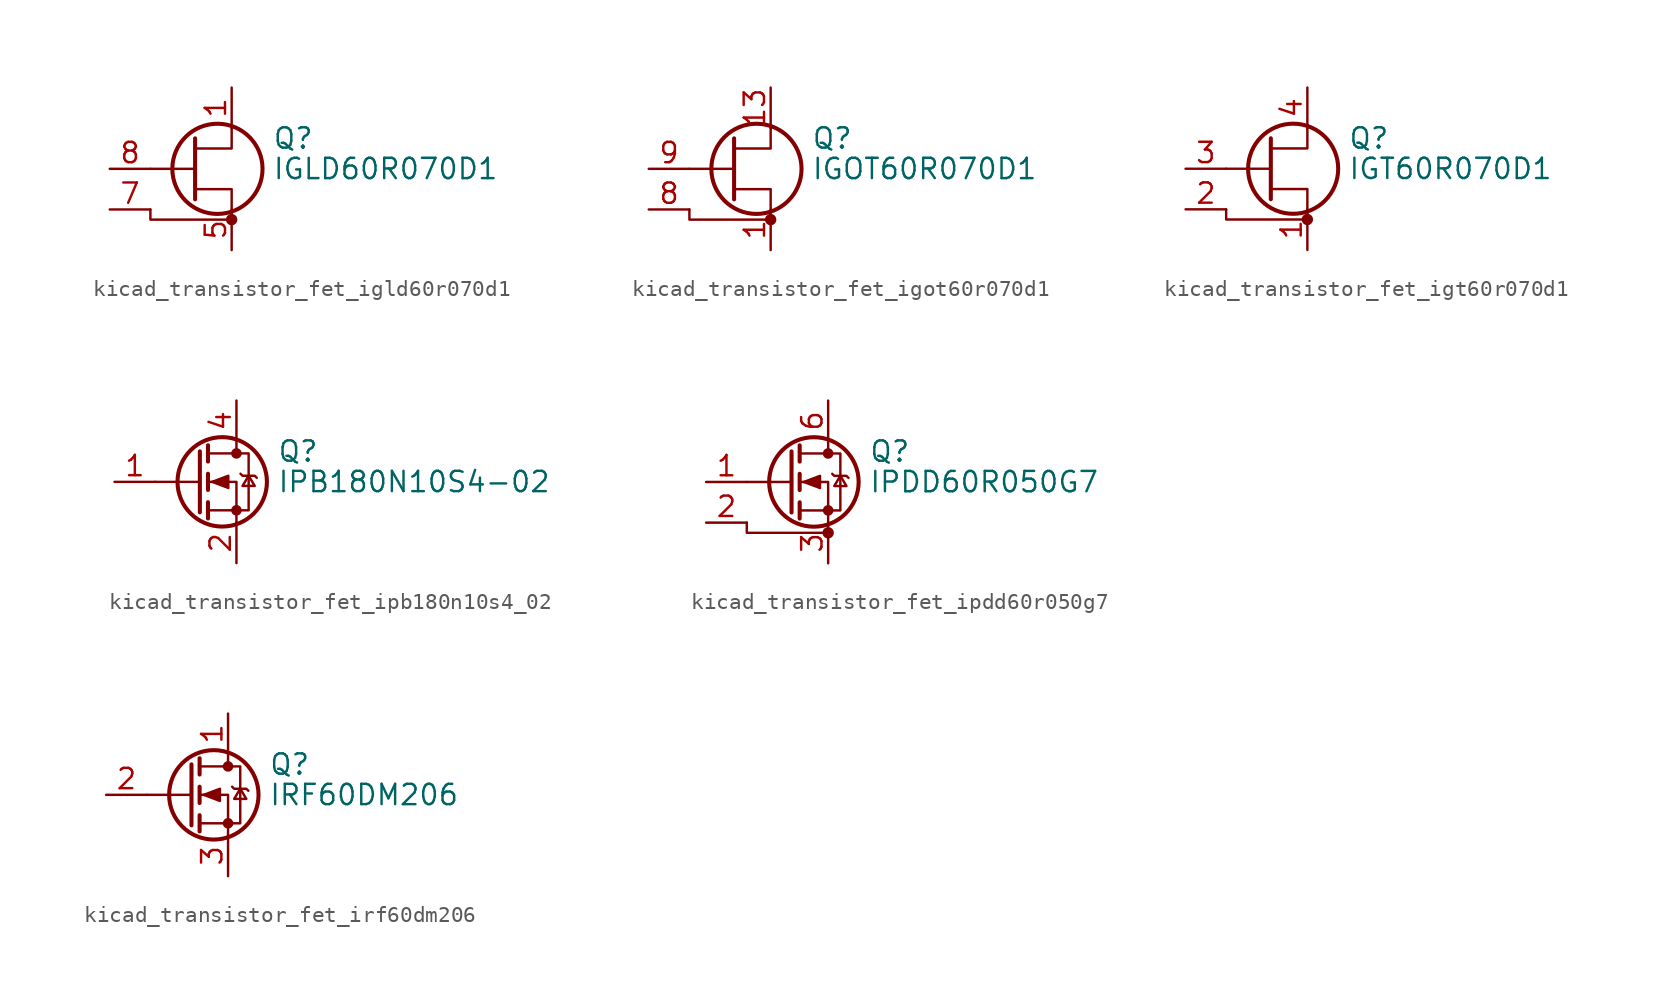
<source format=kicad_sym>
(kicad_symbol_lib
  (version 20220914)
  (generator kicad_symbol_editor)
  (symbol "kicad_transistor_fet_igld60r070d1"
    (pin_names
      (offset 0) hide)
    (property "Reference" "Q"
      (at 5.08 1.905 0)
      (effects (font (size 1.27 1.27)) (justify left)))
    (property "Value" "IGLD60R070D1"
      (at 5.08 0 0)
      (effects (font (size 1.27 1.27)) (justify left)))
    (symbol "kicad_transistor_fet_igld60r070d1_0_1"
      (polyline (pts (xy -2.54 0) (xy 0.254 0)) (stroke (width 0) (type default)) (fill (type none)))
      (polyline (pts (xy -2.54 -2.54) (xy -2.54 -3.175) (xy 2.54 -3.175)) (stroke (width 0) (type default)) (fill (type none)))
      (polyline (pts (xy 0.254 -1.27) (xy 2.54 -1.27) (xy 2.54 -2.54)) (stroke (width 0) (type default)) (fill (type none)))
      (polyline (pts (xy 0.254 1.905) (xy 0.254 -1.905) (xy 0.254 -1.905)) (stroke (width 0.254) (type default)) (fill (type none)))
      (polyline (pts (xy 2.54 2.54) (xy 2.54 1.27) (xy 0.254 1.27)) (stroke (width 0) (type default)) (fill (type none)))
      (circle (center 1.651 0) (radius 2.819) (stroke (width 0.254) (type default)) (fill (type none)))
      (circle (center 2.54 -3.175) (radius 0.279) (stroke (width 0) (type default)) (fill (type outline))))
    (symbol "kicad_transistor_fet_igld60r070d1_1_1"
      (pin passive line (at 2.54 5.08 270) (length 2.54) (name "D" (effects (font (size 1.27 1.27)))) (number "1" (effects (font (size 1.27 1.27)))))
      (pin passive line (at 2.54 5.08 270) (length 2.54) hide (name "D" (effects (font (size 1.27 1.27)))) (number "2" (effects (font (size 1.27 1.27)))))
      (pin passive line (at 2.54 5.08 270) (length 2.54) hide (name "D" (effects (font (size 1.27 1.27)))) (number "3" (effects (font (size 1.27 1.27)))))
      (pin passive line (at 2.54 5.08 270) (length 2.54) hide (name "D" (effects (font (size 1.27 1.27)))) (number "4" (effects (font (size 1.27 1.27)))))
      (pin passive line (at 2.54 -5.08 90) (length 2.54) (name "S" (effects (font (size 1.27 1.27)))) (number "5" (effects (font (size 1.27 1.27)))))
      (pin passive line (at 2.54 -5.08 90) (length 2.54) hide (name "S" (effects (font (size 1.27 1.27)))) (number "6" (effects (font (size 1.27 1.27)))))
      (pin passive line (at -5.08 -2.54 0) (length 2.54) (name "SS" (effects (font (size 1.27 1.27)))) (number "7" (effects (font (size 1.27 1.27)))))
      (pin input line (at -5.08 0 0) (length 2.54) (name "G" (effects (font (size 1.27 1.27)))) (number "8" (effects (font (size 1.27 1.27)))))
      (pin passive line (at 2.54 -5.08 90) (length 2.54) hide (name "S" (effects (font (size 1.27 1.27)))) (number "9" (effects (font (size 1.27 1.27)))))))
  (symbol "kicad_transistor_fet_igot60r070d1"
    (pin_names
      (offset 0) hide)
    (property "Reference" "Q"
      (at 5.08 1.905 0)
      (effects (font (size 1.27 1.27)) (justify left)))
    (property "Value" "IGOT60R070D1"
      (at 5.08 0 0)
      (effects (font (size 1.27 1.27)) (justify left)))
    (symbol "kicad_transistor_fet_igot60r070d1_0_1"
      (polyline (pts (xy -2.54 0) (xy 0.254 0)) (stroke (width 0) (type default)) (fill (type none)))
      (polyline (pts (xy -2.54 -2.54) (xy -2.54 -3.175) (xy 2.54 -3.175)) (stroke (width 0) (type default)) (fill (type none)))
      (polyline (pts (xy 0.254 -1.27) (xy 2.54 -1.27) (xy 2.54 -2.54)) (stroke (width 0) (type default)) (fill (type none)))
      (polyline (pts (xy 0.254 1.905) (xy 0.254 -1.905) (xy 0.254 -1.905)) (stroke (width 0.254) (type default)) (fill (type none)))
      (polyline (pts (xy 2.54 2.54) (xy 2.54 1.27) (xy 0.254 1.27)) (stroke (width 0) (type default)) (fill (type none)))
      (circle (center 1.651 0) (radius 2.819) (stroke (width 0.254) (type default)) (fill (type none)))
      (circle (center 2.54 -3.175) (radius 0.279) (stroke (width 0) (type default)) (fill (type outline))))
    (symbol "kicad_transistor_fet_igot60r070d1_1_1"
      (pin passive line (at 2.54 -5.08 90) (length 2.54) (name "S" (effects (font (size 1.27 1.27)))) (number "1" (effects (font (size 1.27 1.27)))))
      (pin input line (at -5.08 0 0) (length 2.54) hide (name "G" (effects (font (size 1.27 1.27)))) (number "10" (effects (font (size 1.27 1.27)))))
      (pin passive line (at 2.54 5.08 270) (length 2.54) (name "D" (effects (font (size 1.27 1.27)))) (number "13" (effects (font (size 1.27 1.27)))))
      (pin passive line (at 2.54 5.08 270) (length 2.54) hide (name "D" (effects (font (size 1.27 1.27)))) (number "14" (effects (font (size 1.27 1.27)))))
      (pin passive line (at 2.54 5.08 270) (length 2.54) hide (name "D" (effects (font (size 1.27 1.27)))) (number "15" (effects (font (size 1.27 1.27)))))
      (pin passive line (at 2.54 5.08 270) (length 2.54) hide (name "D" (effects (font (size 1.27 1.27)))) (number "16" (effects (font (size 1.27 1.27)))))
      (pin passive line (at 2.54 5.08 270) (length 2.54) hide (name "D" (effects (font (size 1.27 1.27)))) (number "17" (effects (font (size 1.27 1.27)))))
      (pin passive line (at 2.54 5.08 270) (length 2.54) hide (name "D" (effects (font (size 1.27 1.27)))) (number "18" (effects (font (size 1.27 1.27)))))
      (pin passive line (at 2.54 -5.08 90) (length 2.54) hide (name "S" (effects (font (size 1.27 1.27)))) (number "2" (effects (font (size 1.27 1.27)))))
      (pin passive line (at 2.54 -5.08 90) (length 2.54) hide (name "S" (effects (font (size 1.27 1.27)))) (number "3" (effects (font (size 1.27 1.27)))))
      (pin passive line (at 2.54 -5.08 90) (length 2.54) hide (name "S" (effects (font (size 1.27 1.27)))) (number "4" (effects (font (size 1.27 1.27)))))
      (pin passive line (at 2.54 -5.08 90) (length 2.54) hide (name "S" (effects (font (size 1.27 1.27)))) (number "5" (effects (font (size 1.27 1.27)))))
      (pin passive line (at 2.54 -5.08 90) (length 2.54) hide (name "S" (effects (font (size 1.27 1.27)))) (number "6" (effects (font (size 1.27 1.27)))))
      (pin passive line (at 2.54 -5.08 90) (length 2.54) hide (name "S" (effects (font (size 1.27 1.27)))) (number "7" (effects (font (size 1.27 1.27)))))
      (pin passive line (at -5.08 -2.54 0) (length 2.54) (name "SS" (effects (font (size 1.27 1.27)))) (number "8" (effects (font (size 1.27 1.27)))))
      (pin input line (at -5.08 0 0) (length 2.54) (name "G" (effects (font (size 1.27 1.27)))) (number "9" (effects (font (size 1.27 1.27)))))))
  (symbol "kicad_transistor_fet_igt60r070d1"
    (pin_names
      (offset 0) hide)
    (property "Reference" "Q"
      (at 5.08 1.905 0)
      (effects (font (size 1.27 1.27)) (justify left)))
    (property "Value" "IGT60R070D1"
      (at 5.08 0 0)
      (effects (font (size 1.27 1.27)) (justify left)))
    (symbol "kicad_transistor_fet_igt60r070d1_0_1"
      (polyline (pts (xy -2.54 0) (xy 0.254 0)) (stroke (width 0) (type default)) (fill (type none)))
      (polyline (pts (xy -2.54 -2.54) (xy -2.54 -3.175) (xy 2.54 -3.175)) (stroke (width 0) (type default)) (fill (type none)))
      (polyline (pts (xy 0.254 -1.27) (xy 2.54 -1.27) (xy 2.54 -2.54)) (stroke (width 0) (type default)) (fill (type none)))
      (polyline (pts (xy 0.254 1.905) (xy 0.254 -1.905) (xy 0.254 -1.905)) (stroke (width 0.254) (type default)) (fill (type none)))
      (polyline (pts (xy 2.54 2.54) (xy 2.54 1.27) (xy 0.254 1.27)) (stroke (width 0) (type default)) (fill (type none)))
      (circle (center 1.651 0) (radius 2.819) (stroke (width 0.254) (type default)) (fill (type none)))
      (circle (center 2.54 -3.175) (radius 0.279) (stroke (width 0) (type default)) (fill (type outline))))
    (symbol "kicad_transistor_fet_igt60r070d1_1_1"
      (pin passive line (at 2.54 -5.08 90) (length 2.54) (name "S" (effects (font (size 1.27 1.27)))) (number "1" (effects (font (size 1.27 1.27)))))
      (pin passive line (at -5.08 -2.54 0) (length 2.54) (name "SS" (effects (font (size 1.27 1.27)))) (number "2" (effects (font (size 1.27 1.27)))))
      (pin input line (at -5.08 0 0) (length 2.54) (name "G" (effects (font (size 1.27 1.27)))) (number "3" (effects (font (size 1.27 1.27)))))
      (pin passive line (at 2.54 5.08 270) (length 2.54) (name "D" (effects (font (size 1.27 1.27)))) (number "4" (effects (font (size 1.27 1.27)))))))
  (symbol "kicad_transistor_fet_ipb180n10s4_02"
    (pin_names hide)
    (property "Reference" "Q"
      (at 5.08 1.905 0)
      (effects (font (size 1.27 1.27)) (justify left)))
    (property "Value" "IPB180N10S4-02"
      (at 5.08 0 0)
      (effects (font (size 1.27 1.27)) (justify left)))
    (symbol "kicad_transistor_fet_ipb180n10s4_02_0_1"
      (polyline (pts (xy 0.254 0) (xy -2.54 0)) (stroke (width 0) (type default)) (fill (type none)))
      (polyline (pts (xy 0.254 1.905) (xy 0.254 -1.905)) (stroke (width 0.254) (type default)) (fill (type none)))
      (polyline (pts (xy 0.762 -1.27) (xy 0.762 -2.286)) (stroke (width 0.254) (type default)) (fill (type none)))
      (polyline (pts (xy 0.762 0.508) (xy 0.762 -0.508)) (stroke (width 0.254) (type default)) (fill (type none)))
      (polyline (pts (xy 0.762 2.286) (xy 0.762 1.27)) (stroke (width 0.254) (type default)) (fill (type none)))
      (polyline (pts (xy 2.54 2.54) (xy 2.54 1.778)) (stroke (width 0) (type default)) (fill (type none)))
      (polyline (pts (xy 2.54 -2.54) (xy 2.54 0) (xy 0.762 0)) (stroke (width 0) (type default)) (fill (type none)))
      (polyline (pts (xy 0.762 -1.778) (xy 3.302 -1.778) (xy 3.302 1.778) (xy 0.762 1.778)) (stroke (width 0) (type default)) (fill (type none)))
      (polyline (pts (xy 1.016 0) (xy 2.032 0.381) (xy 2.032 -0.381) (xy 1.016 0)) (stroke (width 0) (type default)) (fill (type outline)))
      (polyline (pts (xy 2.794 0.508) (xy 2.921 0.381) (xy 3.683 0.381) (xy 3.81 0.254)) (stroke (width 0) (type default)) (fill (type none)))
      (polyline (pts (xy 3.302 0.381) (xy 2.921 -0.254) (xy 3.683 -0.254) (xy 3.302 0.381)) (stroke (width 0) (type default)) (fill (type none)))
      (circle (center 1.651 0) (radius 2.794) (stroke (width 0.254) (type default)) (fill (type none)))
      (circle (center 2.54 -1.778) (radius 0.254) (stroke (width 0) (type default)) (fill (type outline)))
      (circle (center 2.54 1.778) (radius 0.254) (stroke (width 0) (type default)) (fill (type outline))))
    (symbol "kicad_transistor_fet_ipb180n10s4_02_1_1"
      (pin passive line (at -5.08 0 0) (length 2.54) (name "G" (effects (font (size 1.27 1.27)))) (number "1" (effects (font (size 1.27 1.27)))))
      (pin passive line (at 2.54 -5.08 90) (length 2.54) (name "S" (effects (font (size 1.27 1.27)))) (number "2" (effects (font (size 1.27 1.27)))))
      (pin passive line (at 2.54 -5.08 90) (length 2.54) hide (name "S" (effects (font (size 1.27 1.27)))) (number "3" (effects (font (size 1.27 1.27)))))
      (pin passive line (at 2.54 5.08 270) (length 2.54) (name "D" (effects (font (size 1.27 1.27)))) (number "4" (effects (font (size 1.27 1.27)))))
      (pin passive line (at 2.54 -5.08 90) (length 2.54) hide (name "S" (effects (font (size 1.27 1.27)))) (number "5" (effects (font (size 1.27 1.27)))))
      (pin passive line (at 2.54 -5.08 90) (length 2.54) hide (name "S" (effects (font (size 1.27 1.27)))) (number "6" (effects (font (size 1.27 1.27)))))
      (pin passive line (at 2.54 -5.08 90) (length 2.54) hide (name "S" (effects (font (size 1.27 1.27)))) (number "7" (effects (font (size 1.27 1.27)))))))
  (symbol "kicad_transistor_fet_ipdd60r050g7"
    (pin_names hide)
    (property "Reference" "Q"
      (at 5.08 1.905 0)
      (effects (font (size 1.27 1.27)) (justify left)))
    (property "Value" "IPDD60R050G7"
      (at 5.08 0 0)
      (effects (font (size 1.27 1.27)) (justify left)))
    (symbol "kicad_transistor_fet_ipdd60r050g7_0_1"
      (polyline (pts (xy 0.254 0) (xy -2.54 0)) (stroke (width 0) (type default)) (fill (type none)))
      (polyline (pts (xy 0.254 1.905) (xy 0.254 -1.905)) (stroke (width 0.254) (type default)) (fill (type none)))
      (polyline (pts (xy 0.762 -1.27) (xy 0.762 -2.286)) (stroke (width 0.254) (type default)) (fill (type none)))
      (polyline (pts (xy 0.762 0.508) (xy 0.762 -0.508)) (stroke (width 0.254) (type default)) (fill (type none)))
      (polyline (pts (xy 0.762 2.286) (xy 0.762 1.27)) (stroke (width 0.254) (type default)) (fill (type none)))
      (polyline (pts (xy 2.54 2.54) (xy 2.54 1.778)) (stroke (width 0) (type default)) (fill (type none)))
      (polyline (pts (xy -2.54 -2.54) (xy -2.54 -3.175) (xy 2.54 -3.175)) (stroke (width 0) (type default)) (fill (type none)))
      (polyline (pts (xy 2.54 -2.54) (xy 2.54 0) (xy 0.762 0)) (stroke (width 0) (type default)) (fill (type none)))
      (polyline (pts (xy 0.762 -1.778) (xy 3.302 -1.778) (xy 3.302 1.778) (xy 0.762 1.778)) (stroke (width 0) (type default)) (fill (type none)))
      (polyline (pts (xy 1.016 0) (xy 2.032 0.381) (xy 2.032 -0.381) (xy 1.016 0)) (stroke (width 0) (type default)) (fill (type outline)))
      (polyline (pts (xy 2.794 0.508) (xy 2.921 0.381) (xy 3.683 0.381) (xy 3.81 0.254)) (stroke (width 0) (type default)) (fill (type none)))
      (polyline (pts (xy 3.302 0.381) (xy 2.921 -0.254) (xy 3.683 -0.254) (xy 3.302 0.381)) (stroke (width 0) (type default)) (fill (type none)))
      (circle (center 1.651 0) (radius 2.794) (stroke (width 0.254) (type default)) (fill (type none)))
      (circle (center 2.54 -3.175) (radius 0.279) (stroke (width 0) (type default)) (fill (type outline)))
      (circle (center 2.54 -1.778) (radius 0.254) (stroke (width 0) (type default)) (fill (type outline)))
      (circle (center 2.54 1.778) (radius 0.254) (stroke (width 0) (type default)) (fill (type outline))))
    (symbol "kicad_transistor_fet_ipdd60r050g7_1_1"
      (pin input line (at -5.08 0 0) (length 2.54) (name "G" (effects (font (size 1.27 1.27)))) (number "1" (effects (font (size 1.27 1.27)))))
      (pin passive line (at 2.54 5.08 270) (length 2.54) hide (name "D" (effects (font (size 1.27 1.27)))) (number "10" (effects (font (size 1.27 1.27)))))
      (pin passive line (at -5.08 -2.54 0) (length 2.54) (name "DS" (effects (font (size 1.27 1.27)))) (number "2" (effects (font (size 1.27 1.27)))))
      (pin passive line (at 2.54 -5.08 90) (length 2.54) (name "PS" (effects (font (size 1.27 1.27)))) (number "3" (effects (font (size 1.27 1.27)))))
      (pin passive line (at 2.54 -5.08 90) (length 2.54) hide (name "PS" (effects (font (size 1.27 1.27)))) (number "4" (effects (font (size 1.27 1.27)))))
      (pin passive line (at 2.54 -5.08 90) (length 2.54) hide (name "PS" (effects (font (size 1.27 1.27)))) (number "5" (effects (font (size 1.27 1.27)))))
      (pin passive line (at 2.54 5.08 270) (length 2.54) (name "D" (effects (font (size 1.27 1.27)))) (number "6" (effects (font (size 1.27 1.27)))))
      (pin passive line (at 2.54 5.08 270) (length 2.54) hide (name "D" (effects (font (size 1.27 1.27)))) (number "7" (effects (font (size 1.27 1.27)))))
      (pin passive line (at 2.54 5.08 270) (length 2.54) hide (name "D" (effects (font (size 1.27 1.27)))) (number "8" (effects (font (size 1.27 1.27)))))
      (pin passive line (at 2.54 5.08 270) (length 2.54) hide (name "D" (effects (font (size 1.27 1.27)))) (number "9" (effects (font (size 1.27 1.27)))))))
  (symbol "kicad_transistor_fet_irf60dm206"
    (pin_names hide)
    (property "Reference" "Q"
      (at 5.08 1.905 0)
      (effects (font (size 1.27 1.27)) (justify left)))
    (property "Value" "IRF60DM206"
      (at 5.08 0 0)
      (effects (font (size 1.27 1.27)) (justify left)))
    (symbol "kicad_transistor_fet_irf60dm206_0_1"
      (polyline (pts (xy 0.254 0) (xy -2.54 0)) (stroke (width 0) (type default)) (fill (type none)))
      (polyline (pts (xy 0.254 1.905) (xy 0.254 -1.905)) (stroke (width 0.254) (type default)) (fill (type none)))
      (polyline (pts (xy 0.762 -1.27) (xy 0.762 -2.286)) (stroke (width 0.254) (type default)) (fill (type none)))
      (polyline (pts (xy 0.762 0.508) (xy 0.762 -0.508)) (stroke (width 0.254) (type default)) (fill (type none)))
      (polyline (pts (xy 0.762 2.286) (xy 0.762 1.27)) (stroke (width 0.254) (type default)) (fill (type none)))
      (polyline (pts (xy 2.54 2.54) (xy 2.54 1.778)) (stroke (width 0) (type default)) (fill (type none)))
      (polyline (pts (xy 2.54 -2.54) (xy 2.54 0) (xy 0.762 0)) (stroke (width 0) (type default)) (fill (type none)))
      (polyline (pts (xy 0.762 -1.778) (xy 3.302 -1.778) (xy 3.302 1.778) (xy 0.762 1.778)) (stroke (width 0) (type default)) (fill (type none)))
      (polyline (pts (xy 1.016 0) (xy 2.032 0.381) (xy 2.032 -0.381) (xy 1.016 0)) (stroke (width 0) (type default)) (fill (type outline)))
      (polyline (pts (xy 2.794 0.508) (xy 2.921 0.381) (xy 3.683 0.381) (xy 3.81 0.254)) (stroke (width 0) (type default)) (fill (type none)))
      (polyline (pts (xy 3.302 0.381) (xy 2.921 -0.254) (xy 3.683 -0.254) (xy 3.302 0.381)) (stroke (width 0) (type default)) (fill (type none)))
      (circle (center 1.651 0) (radius 2.794) (stroke (width 0.254) (type default)) (fill (type none)))
      (circle (center 2.54 -1.778) (radius 0.254) (stroke (width 0) (type default)) (fill (type outline)))
      (circle (center 2.54 1.778) (radius 0.254) (stroke (width 0) (type default)) (fill (type outline))))
    (symbol "kicad_transistor_fet_irf60dm206_1_1"
      (pin passive line (at 2.54 5.08 270) (length 2.54) (name "D" (effects (font (size 1.27 1.27)))) (number "1" (effects (font (size 1.27 1.27)))))
      (pin input line (at -5.08 0 0) (length 2.54) (name "G" (effects (font (size 1.27 1.27)))) (number "2" (effects (font (size 1.27 1.27)))))
      (pin passive line (at 2.54 -5.08 90) (length 2.54) (name "S" (effects (font (size 1.27 1.27)))) (number "3" (effects (font (size 1.27 1.27))))))))
</source>
